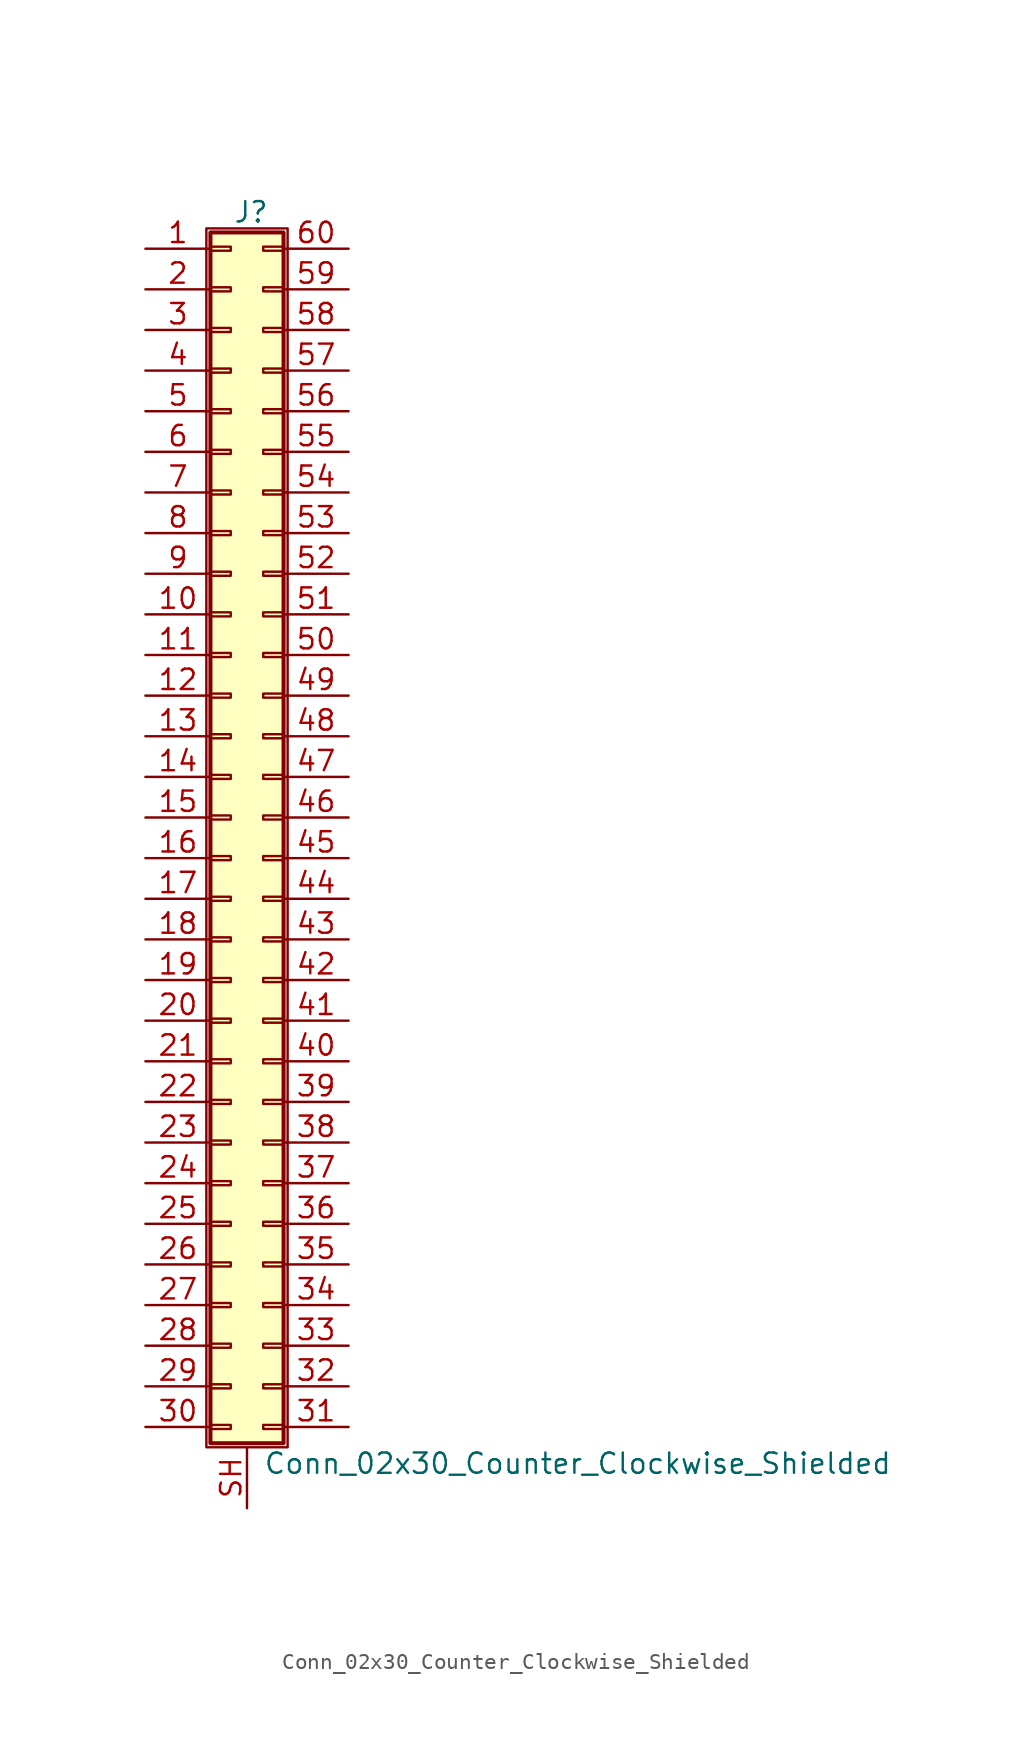
<source format=kicad_sym>
(kicad_symbol_lib
  (version 20201005)
  (generator kicad_symbol_editor)
  (symbol "Connector_Generic_Shielded:Conn_02x30_Counter_Clockwise_Shielded"
    (pin_names
      (offset 1.016) hide)
    (property "Reference" "J"
      (at 1.524 37.846 0)
      (effects (font (size 1.27 1.27))))
    (property "Value" "Conn_02x30_Counter_Clockwise_Shielded"
      (at 2.286 -40.386 0)
      (effects (font (size 1.27 1.27)) (justify left)))
    (symbol "Conn_02x30_Counter_Clockwise_Shielded_1_1"
      (rectangle (start -1.016 -27.813) (end 0.254 -28.067) (stroke (width 0.152)) (fill (type none)))
      (rectangle (start -1.016 -30.353) (end 0.254 -30.607) (stroke (width 0.152)) (fill (type none)))
      (rectangle (start -1.016 -32.893) (end 0.254 -33.147) (stroke (width 0.152)) (fill (type none)))
      (rectangle (start -1.016 -35.433) (end 0.254 -35.687) (stroke (width 0.152)) (fill (type none)))
      (rectangle (start -1.016 -37.973) (end 0.254 -38.227) (stroke (width 0.152)) (fill (type none)))
      (rectangle (start -1.016 -4.953) (end 0.254 -5.207) (stroke (width 0.152)) (fill (type none)))
      (rectangle (start -1.016 -7.493) (end 0.254 -7.747) (stroke (width 0.152)) (fill (type none)))
      (rectangle (start -1.016 -10.033) (end 0.254 -10.287) (stroke (width 0.152)) (fill (type none)))
      (rectangle (start -1.016 -12.573) (end 0.254 -12.827) (stroke (width 0.152)) (fill (type none)))
      (rectangle (start -1.016 -15.113) (end 0.254 -15.367) (stroke (width 0.152)) (fill (type none)))
      (rectangle (start -1.016 -17.653) (end 0.254 -17.907) (stroke (width 0.152)) (fill (type none)))
      (rectangle (start -1.016 -20.193) (end 0.254 -20.447) (stroke (width 0.152)) (fill (type none)))
      (rectangle (start -1.016 -22.733) (end 0.254 -22.987) (stroke (width 0.152)) (fill (type none)))
      (rectangle (start -1.016 -2.413) (end 0.254 -2.667) (stroke (width 0.152)) (fill (type none)))
      (rectangle (start -1.016 -25.273) (end 0.254 -25.527) (stroke (width 0.152)) (fill (type none)))
      (rectangle (start -1.016 25.527) (end 0.254 25.273) (stroke (width 0.152)) (fill (type none)))
      (rectangle (start -1.016 2.667) (end 0.254 2.413) (stroke (width 0.152)) (fill (type none)))
      (rectangle (start -1.016 28.067) (end 0.254 27.813) (stroke (width 0.152)) (fill (type none)))
      (rectangle (start -1.016 30.607) (end 0.254 30.353) (stroke (width 0.152)) (fill (type none)))
      (rectangle (start -1.016 33.147) (end 0.254 32.893) (stroke (width 0.152)) (fill (type none)))
      (rectangle (start -1.016 35.687) (end 0.254 35.433) (stroke (width 0.152)) (fill (type none)))
      (rectangle (start -1.016 36.576) (end 3.556 -39.116) (stroke (width 0.254)) (fill (type background)))
      (rectangle (start -1.016 5.207) (end 0.254 4.953) (stroke (width 0.152)) (fill (type none)))
      (rectangle (start -1.016 7.747) (end 0.254 7.493) (stroke (width 0.152)) (fill (type none)))
      (rectangle (start -1.016 10.287) (end 0.254 10.033) (stroke (width 0.152)) (fill (type none)))
      (rectangle (start -1.016 0.127) (end 0.254 -0.127) (stroke (width 0.152)) (fill (type none)))
      (rectangle (start -1.016 12.827) (end 0.254 12.573) (stroke (width 0.152)) (fill (type none)))
      (rectangle (start -1.016 15.367) (end 0.254 15.113) (stroke (width 0.152)) (fill (type none)))
      (rectangle (start -1.016 17.907) (end 0.254 17.653) (stroke (width 0.152)) (fill (type none)))
      (rectangle (start -1.016 20.447) (end 0.254 20.193) (stroke (width 0.152)) (fill (type none)))
      (rectangle (start -1.016 22.987) (end 0.254 22.733) (stroke (width 0.152)) (fill (type none)))
      (rectangle (start -1.27 36.83) (end 3.81 -39.37) (stroke (width 0.152)) (fill (type none)))
      (rectangle (start 3.556 -27.813) (end 2.286 -28.067) (stroke (width 0.152)) (fill (type none)))
      (rectangle (start 3.556 -30.353) (end 2.286 -30.607) (stroke (width 0.152)) (fill (type none)))
      (rectangle (start 3.556 -32.893) (end 2.286 -33.147) (stroke (width 0.152)) (fill (type none)))
      (rectangle (start 3.556 -35.433) (end 2.286 -35.687) (stroke (width 0.152)) (fill (type none)))
      (rectangle (start 3.556 -37.973) (end 2.286 -38.227) (stroke (width 0.152)) (fill (type none)))
      (rectangle (start 3.556 -4.953) (end 2.286 -5.207) (stroke (width 0.152)) (fill (type none)))
      (rectangle (start 3.556 -7.493) (end 2.286 -7.747) (stroke (width 0.152)) (fill (type none)))
      (rectangle (start 3.556 -10.033) (end 2.286 -10.287) (stroke (width 0.152)) (fill (type none)))
      (rectangle (start 3.556 -12.573) (end 2.286 -12.827) (stroke (width 0.152)) (fill (type none)))
      (rectangle (start 3.556 -15.113) (end 2.286 -15.367) (stroke (width 0.152)) (fill (type none)))
      (rectangle (start 3.556 -17.653) (end 2.286 -17.907) (stroke (width 0.152)) (fill (type none)))
      (rectangle (start 3.556 -20.193) (end 2.286 -20.447) (stroke (width 0.152)) (fill (type none)))
      (rectangle (start 3.556 -22.733) (end 2.286 -22.987) (stroke (width 0.152)) (fill (type none)))
      (rectangle (start 3.556 -2.413) (end 2.286 -2.667) (stroke (width 0.152)) (fill (type none)))
      (rectangle (start 3.556 -25.273) (end 2.286 -25.527) (stroke (width 0.152)) (fill (type none)))
      (rectangle (start 3.556 25.527) (end 2.286 25.273) (stroke (width 0.152)) (fill (type none)))
      (rectangle (start 3.556 2.667) (end 2.286 2.413) (stroke (width 0.152)) (fill (type none)))
      (rectangle (start 3.556 28.067) (end 2.286 27.813) (stroke (width 0.152)) (fill (type none)))
      (rectangle (start 3.556 30.607) (end 2.286 30.353) (stroke (width 0.152)) (fill (type none)))
      (rectangle (start 3.556 33.147) (end 2.286 32.893) (stroke (width 0.152)) (fill (type none)))
      (rectangle (start 3.556 35.687) (end 2.286 35.433) (stroke (width 0.152)) (fill (type none)))
      (rectangle (start 3.556 5.207) (end 2.286 4.953) (stroke (width 0.152)) (fill (type none)))
      (rectangle (start 3.556 7.747) (end 2.286 7.493) (stroke (width 0.152)) (fill (type none)))
      (rectangle (start 3.556 10.287) (end 2.286 10.033) (stroke (width 0.152)) (fill (type none)))
      (rectangle (start 3.556 0.127) (end 2.286 -0.127) (stroke (width 0.152)) (fill (type none)))
      (rectangle (start 3.556 12.827) (end 2.286 12.573) (stroke (width 0.152)) (fill (type none)))
      (rectangle (start 3.556 15.367) (end 2.286 15.113) (stroke (width 0.152)) (fill (type none)))
      (rectangle (start 3.556 17.907) (end 2.286 17.653) (stroke (width 0.152)) (fill (type none)))
      (rectangle (start 3.556 20.447) (end 2.286 20.193) (stroke (width 0.152)) (fill (type none)))
      (rectangle (start 3.556 22.987) (end 2.286 22.733) (stroke (width 0.152)) (fill (type none)))
      (pin passive line (at -5.08 35.56 0) (length 4.064) (name "Pin_1" (effects (font (size 1.27 1.27)))) (number "1" (effects (font (size 1.27 1.27)))))
      (pin passive line (at -5.08 12.7 0) (length 4.064) (name "Pin_10" (effects (font (size 1.27 1.27)))) (number "10" (effects (font (size 1.27 1.27)))))
      (pin passive line (at -5.08 10.16 0) (length 4.064) (name "Pin_11" (effects (font (size 1.27 1.27)))) (number "11" (effects (font (size 1.27 1.27)))))
      (pin passive line (at -5.08 7.62 0) (length 4.064) (name "Pin_12" (effects (font (size 1.27 1.27)))) (number "12" (effects (font (size 1.27 1.27)))))
      (pin passive line (at -5.08 5.08 0) (length 4.064) (name "Pin_13" (effects (font (size 1.27 1.27)))) (number "13" (effects (font (size 1.27 1.27)))))
      (pin passive line (at -5.08 2.54 0) (length 4.064) (name "Pin_14" (effects (font (size 1.27 1.27)))) (number "14" (effects (font (size 1.27 1.27)))))
      (pin passive line (at -5.08 0 0) (length 4.064) (name "Pin_15" (effects (font (size 1.27 1.27)))) (number "15" (effects (font (size 1.27 1.27)))))
      (pin passive line (at -5.08 -2.54 0) (length 4.064) (name "Pin_16" (effects (font (size 1.27 1.27)))) (number "16" (effects (font (size 1.27 1.27)))))
      (pin passive line (at -5.08 -5.08 0) (length 4.064) (name "Pin_17" (effects (font (size 1.27 1.27)))) (number "17" (effects (font (size 1.27 1.27)))))
      (pin passive line (at -5.08 -7.62 0) (length 4.064) (name "Pin_18" (effects (font (size 1.27 1.27)))) (number "18" (effects (font (size 1.27 1.27)))))
      (pin passive line (at -5.08 -10.16 0) (length 4.064) (name "Pin_19" (effects (font (size 1.27 1.27)))) (number "19" (effects (font (size 1.27 1.27)))))
      (pin passive line (at -5.08 33.02 0) (length 4.064) (name "Pin_2" (effects (font (size 1.27 1.27)))) (number "2" (effects (font (size 1.27 1.27)))))
      (pin passive line (at -5.08 -12.7 0) (length 4.064) (name "Pin_20" (effects (font (size 1.27 1.27)))) (number "20" (effects (font (size 1.27 1.27)))))
      (pin passive line (at -5.08 -15.24 0) (length 4.064) (name "Pin_21" (effects (font (size 1.27 1.27)))) (number "21" (effects (font (size 1.27 1.27)))))
      (pin passive line (at -5.08 -17.78 0) (length 4.064) (name "Pin_22" (effects (font (size 1.27 1.27)))) (number "22" (effects (font (size 1.27 1.27)))))
      (pin passive line (at -5.08 -20.32 0) (length 4.064) (name "Pin_23" (effects (font (size 1.27 1.27)))) (number "23" (effects (font (size 1.27 1.27)))))
      (pin passive line (at -5.08 -22.86 0) (length 4.064) (name "Pin_24" (effects (font (size 1.27 1.27)))) (number "24" (effects (font (size 1.27 1.27)))))
      (pin passive line (at -5.08 -25.4 0) (length 4.064) (name "Pin_25" (effects (font (size 1.27 1.27)))) (number "25" (effects (font (size 1.27 1.27)))))
      (pin passive line (at -5.08 -27.94 0) (length 4.064) (name "Pin_26" (effects (font (size 1.27 1.27)))) (number "26" (effects (font (size 1.27 1.27)))))
      (pin passive line (at -5.08 -30.48 0) (length 4.064) (name "Pin_27" (effects (font (size 1.27 1.27)))) (number "27" (effects (font (size 1.27 1.27)))))
      (pin passive line (at -5.08 -33.02 0) (length 4.064) (name "Pin_28" (effects (font (size 1.27 1.27)))) (number "28" (effects (font (size 1.27 1.27)))))
      (pin passive line (at -5.08 -35.56 0) (length 4.064) (name "Pin_29" (effects (font (size 1.27 1.27)))) (number "29" (effects (font (size 1.27 1.27)))))
      (pin passive line (at -5.08 30.48 0) (length 4.064) (name "Pin_3" (effects (font (size 1.27 1.27)))) (number "3" (effects (font (size 1.27 1.27)))))
      (pin passive line (at -5.08 -38.1 0) (length 4.064) (name "Pin_30" (effects (font (size 1.27 1.27)))) (number "30" (effects (font (size 1.27 1.27)))))
      (pin passive line (at 7.62 -38.1 180) (length 4.064) (name "Pin_31" (effects (font (size 1.27 1.27)))) (number "31" (effects (font (size 1.27 1.27)))))
      (pin passive line (at 7.62 -35.56 180) (length 4.064) (name "Pin_32" (effects (font (size 1.27 1.27)))) (number "32" (effects (font (size 1.27 1.27)))))
      (pin passive line (at 7.62 -33.02 180) (length 4.064) (name "Pin_33" (effects (font (size 1.27 1.27)))) (number "33" (effects (font (size 1.27 1.27)))))
      (pin passive line (at 7.62 -30.48 180) (length 4.064) (name "Pin_34" (effects (font (size 1.27 1.27)))) (number "34" (effects (font (size 1.27 1.27)))))
      (pin passive line (at 7.62 -27.94 180) (length 4.064) (name "Pin_35" (effects (font (size 1.27 1.27)))) (number "35" (effects (font (size 1.27 1.27)))))
      (pin passive line (at 7.62 -25.4 180) (length 4.064) (name "Pin_36" (effects (font (size 1.27 1.27)))) (number "36" (effects (font (size 1.27 1.27)))))
      (pin passive line (at 7.62 -22.86 180) (length 4.064) (name "Pin_37" (effects (font (size 1.27 1.27)))) (number "37" (effects (font (size 1.27 1.27)))))
      (pin passive line (at 7.62 -20.32 180) (length 4.064) (name "Pin_38" (effects (font (size 1.27 1.27)))) (number "38" (effects (font (size 1.27 1.27)))))
      (pin passive line (at 7.62 -17.78 180) (length 4.064) (name "Pin_39" (effects (font (size 1.27 1.27)))) (number "39" (effects (font (size 1.27 1.27)))))
      (pin passive line (at -5.08 27.94 0) (length 4.064) (name "Pin_4" (effects (font (size 1.27 1.27)))) (number "4" (effects (font (size 1.27 1.27)))))
      (pin passive line (at 7.62 -15.24 180) (length 4.064) (name "Pin_40" (effects (font (size 1.27 1.27)))) (number "40" (effects (font (size 1.27 1.27)))))
      (pin passive line (at 7.62 -12.7 180) (length 4.064) (name "Pin_41" (effects (font (size 1.27 1.27)))) (number "41" (effects (font (size 1.27 1.27)))))
      (pin passive line (at 7.62 -10.16 180) (length 4.064) (name "Pin_42" (effects (font (size 1.27 1.27)))) (number "42" (effects (font (size 1.27 1.27)))))
      (pin passive line (at 7.62 -7.62 180) (length 4.064) (name "Pin_43" (effects (font (size 1.27 1.27)))) (number "43" (effects (font (size 1.27 1.27)))))
      (pin passive line (at 7.62 -5.08 180) (length 4.064) (name "Pin_44" (effects (font (size 1.27 1.27)))) (number "44" (effects (font (size 1.27 1.27)))))
      (pin passive line (at 7.62 -2.54 180) (length 4.064) (name "Pin_45" (effects (font (size 1.27 1.27)))) (number "45" (effects (font (size 1.27 1.27)))))
      (pin passive line (at 7.62 0 180) (length 4.064) (name "Pin_46" (effects (font (size 1.27 1.27)))) (number "46" (effects (font (size 1.27 1.27)))))
      (pin passive line (at 7.62 2.54 180) (length 4.064) (name "Pin_47" (effects (font (size 1.27 1.27)))) (number "47" (effects (font (size 1.27 1.27)))))
      (pin passive line (at 7.62 5.08 180) (length 4.064) (name "Pin_48" (effects (font (size 1.27 1.27)))) (number "48" (effects (font (size 1.27 1.27)))))
      (pin passive line (at 7.62 7.62 180) (length 4.064) (name "Pin_49" (effects (font (size 1.27 1.27)))) (number "49" (effects (font (size 1.27 1.27)))))
      (pin passive line (at -5.08 25.4 0) (length 4.064) (name "Pin_5" (effects (font (size 1.27 1.27)))) (number "5" (effects (font (size 1.27 1.27)))))
      (pin passive line (at 7.62 10.16 180) (length 4.064) (name "Pin_50" (effects (font (size 1.27 1.27)))) (number "50" (effects (font (size 1.27 1.27)))))
      (pin passive line (at 7.62 12.7 180) (length 4.064) (name "Pin_51" (effects (font (size 1.27 1.27)))) (number "51" (effects (font (size 1.27 1.27)))))
      (pin passive line (at 7.62 15.24 180) (length 4.064) (name "Pin_52" (effects (font (size 1.27 1.27)))) (number "52" (effects (font (size 1.27 1.27)))))
      (pin passive line (at 7.62 17.78 180) (length 4.064) (name "Pin_53" (effects (font (size 1.27 1.27)))) (number "53" (effects (font (size 1.27 1.27)))))
      (pin passive line (at 7.62 20.32 180) (length 4.064) (name "Pin_54" (effects (font (size 1.27 1.27)))) (number "54" (effects (font (size 1.27 1.27)))))
      (pin passive line (at 7.62 22.86 180) (length 4.064) (name "Pin_55" (effects (font (size 1.27 1.27)))) (number "55" (effects (font (size 1.27 1.27)))))
      (pin passive line (at 7.62 25.4 180) (length 4.064) (name "Pin_56" (effects (font (size 1.27 1.27)))) (number "56" (effects (font (size 1.27 1.27)))))
      (pin passive line (at 7.62 27.94 180) (length 4.064) (name "Pin_57" (effects (font (size 1.27 1.27)))) (number "57" (effects (font (size 1.27 1.27)))))
      (pin passive line (at 7.62 30.48 180) (length 4.064) (name "Pin_58" (effects (font (size 1.27 1.27)))) (number "58" (effects (font (size 1.27 1.27)))))
      (pin passive line (at 7.62 33.02 180) (length 4.064) (name "Pin_59" (effects (font (size 1.27 1.27)))) (number "59" (effects (font (size 1.27 1.27)))))
      (pin passive line (at -5.08 22.86 0) (length 4.064) (name "Pin_6" (effects (font (size 1.27 1.27)))) (number "6" (effects (font (size 1.27 1.27)))))
      (pin passive line (at 7.62 35.56 180) (length 4.064) (name "Pin_60" (effects (font (size 1.27 1.27)))) (number "60" (effects (font (size 1.27 1.27)))))
      (pin passive line (at -5.08 20.32 0) (length 4.064) (name "Pin_7" (effects (font (size 1.27 1.27)))) (number "7" (effects (font (size 1.27 1.27)))))
      (pin passive line (at -5.08 17.78 0) (length 4.064) (name "Pin_8" (effects (font (size 1.27 1.27)))) (number "8" (effects (font (size 1.27 1.27)))))
      (pin passive line (at -5.08 15.24 0) (length 4.064) (name "Pin_9" (effects (font (size 1.27 1.27)))) (number "9" (effects (font (size 1.27 1.27)))))
      (pin passive line (at 1.27 -43.18 90) (length 3.81) (name "Shield" (effects (font (size 1.27 1.27)))) (number "SH" (effects (font (size 1.27 1.27))))))))
</source>
